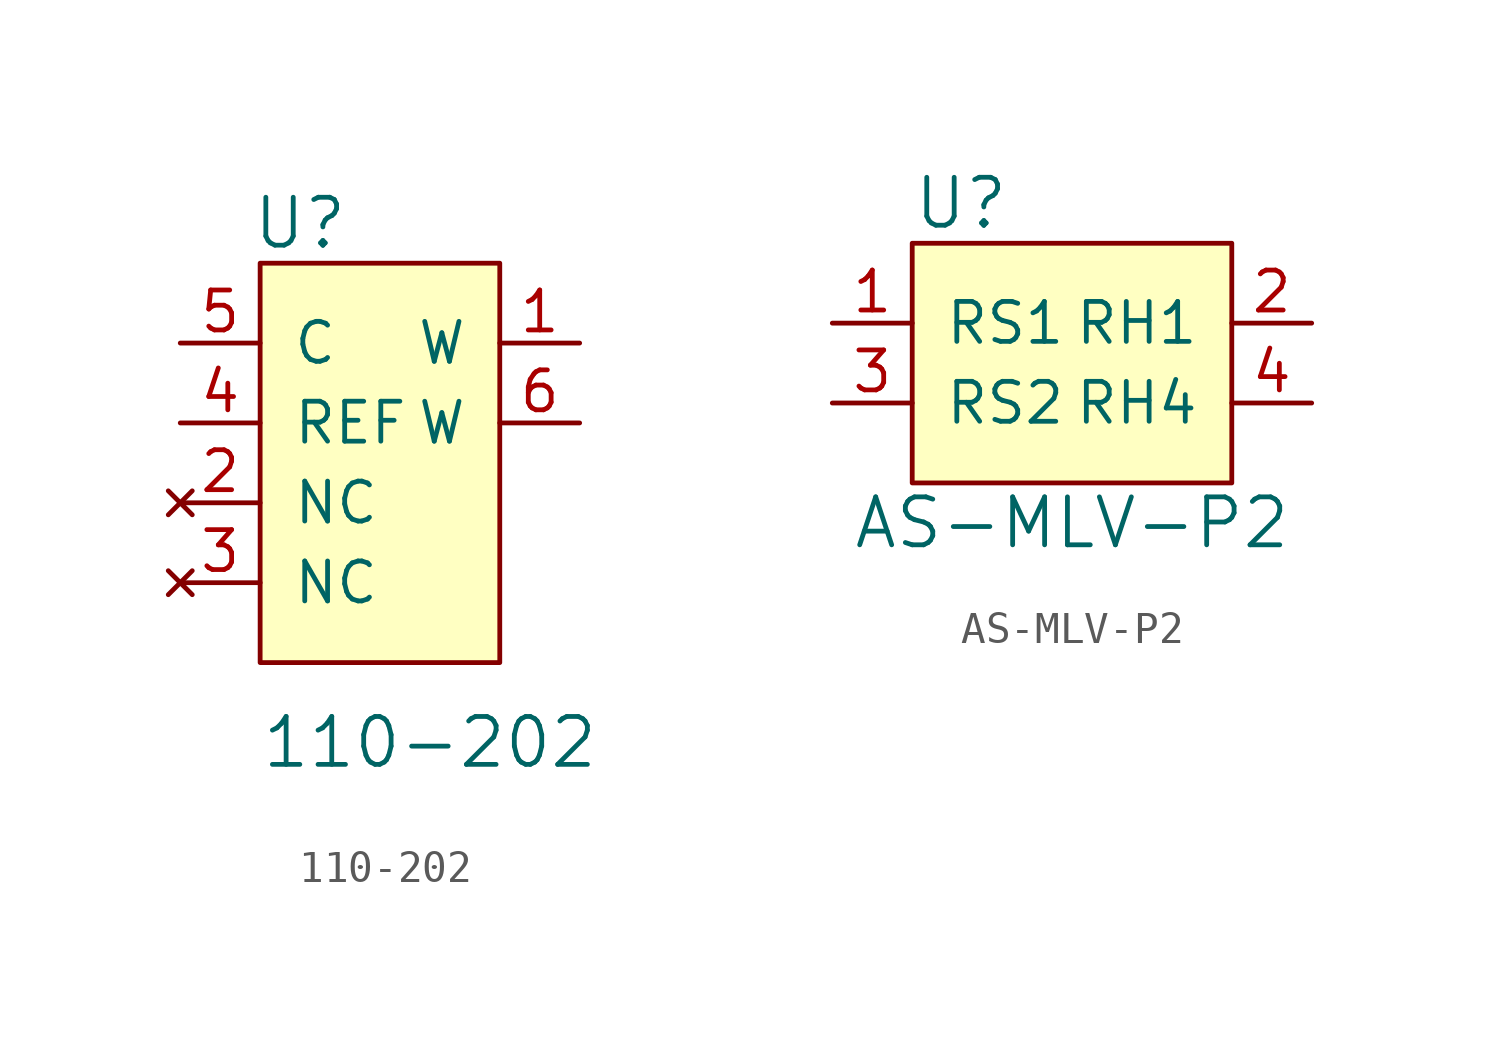
<source format=kicad_sym>
(kicad_symbol_lib
  (version 20220914)
  (generator kicad_symbol_editor)
  (symbol "110-202"
    (pin_names
      (offset 1.016))
    (property "Reference" "U"
      (at -1.27 8.89 0)
      (effects (font (size 1.524 1.524))))
    (property "Value" "110-202"
      (at -2.54 -7.62 0)
      (effects (font (size 1.524 1.524)) (justify left)))
    (symbol "110-202_0_1"
      (rectangle (start -2.54 7.62) (end 5.08 -5.08) (stroke (width 0) (type solid)) (fill (type background))))
    (symbol "110-202_1_1"
      (pin output line (at 7.62 5.08 180) (length 2.54) (name "W" (effects (font (size 1.27 1.27)))) (number "1" (effects (font (size 1.27 1.27)))))
      (pin no_connect line (at -5.08 0 0) (length 2.54) (name "NC" (effects (font (size 1.27 1.27)))) (number "2" (effects (font (size 1.27 1.27)))))
      (pin no_connect line (at -5.08 -2.54 0) (length 2.54) (name "NC" (effects (font (size 1.27 1.27)))) (number "3" (effects (font (size 1.27 1.27)))))
      (pin passive line (at -5.08 2.54 0) (length 2.54) (name "REF" (effects (font (size 1.27 1.27)))) (number "4" (effects (font (size 1.27 1.27)))))
      (pin input line (at -5.08 5.08 0) (length 2.54) (name "C" (effects (font (size 1.27 1.27)))) (number "5" (effects (font (size 1.27 1.27)))))
      (pin output line (at 7.62 2.54 180) (length 2.54) (name "W" (effects (font (size 1.27 1.27)))) (number "6" (effects (font (size 1.27 1.27)))))))
  (symbol "AS-MLV-P2"
    (pin_names
      (offset 1.016))
    (property "Reference" "U"
      (at -5.08 8.89 0)
      (effects (font (size 1.524 1.524)) (justify left)))
    (property "Value" "AS-MLV-P2"
      (at 0 -1.27 0)
      (effects (font (size 1.524 1.524))))
    (symbol "AS-MLV-P2_0_1"
      (rectangle (start 5.08 7.62) (end -5.08 0) (stroke (width 0) (type solid)) (fill (type background))))
    (symbol "AS-MLV-P2_1_1"
      (pin unspecified line (at -7.62 5.08 0) (length 2.54) (name "RS1" (effects (font (size 1.27 1.27)))) (number "1" (effects (font (size 1.27 1.27)))))
      (pin unspecified line (at 7.62 5.08 180) (length 2.54) (name "RH1" (effects (font (size 1.27 1.27)))) (number "2" (effects (font (size 1.27 1.27)))))
      (pin unspecified line (at -7.62 2.54 0) (length 2.54) (name "RS2" (effects (font (size 1.27 1.27)))) (number "3" (effects (font (size 1.27 1.27)))))
      (pin unspecified line (at 7.62 2.54 180) (length 2.54) (name "RH4" (effects (font (size 1.27 1.27)))) (number "4" (effects (font (size 1.27 1.27))))))))
</source>
